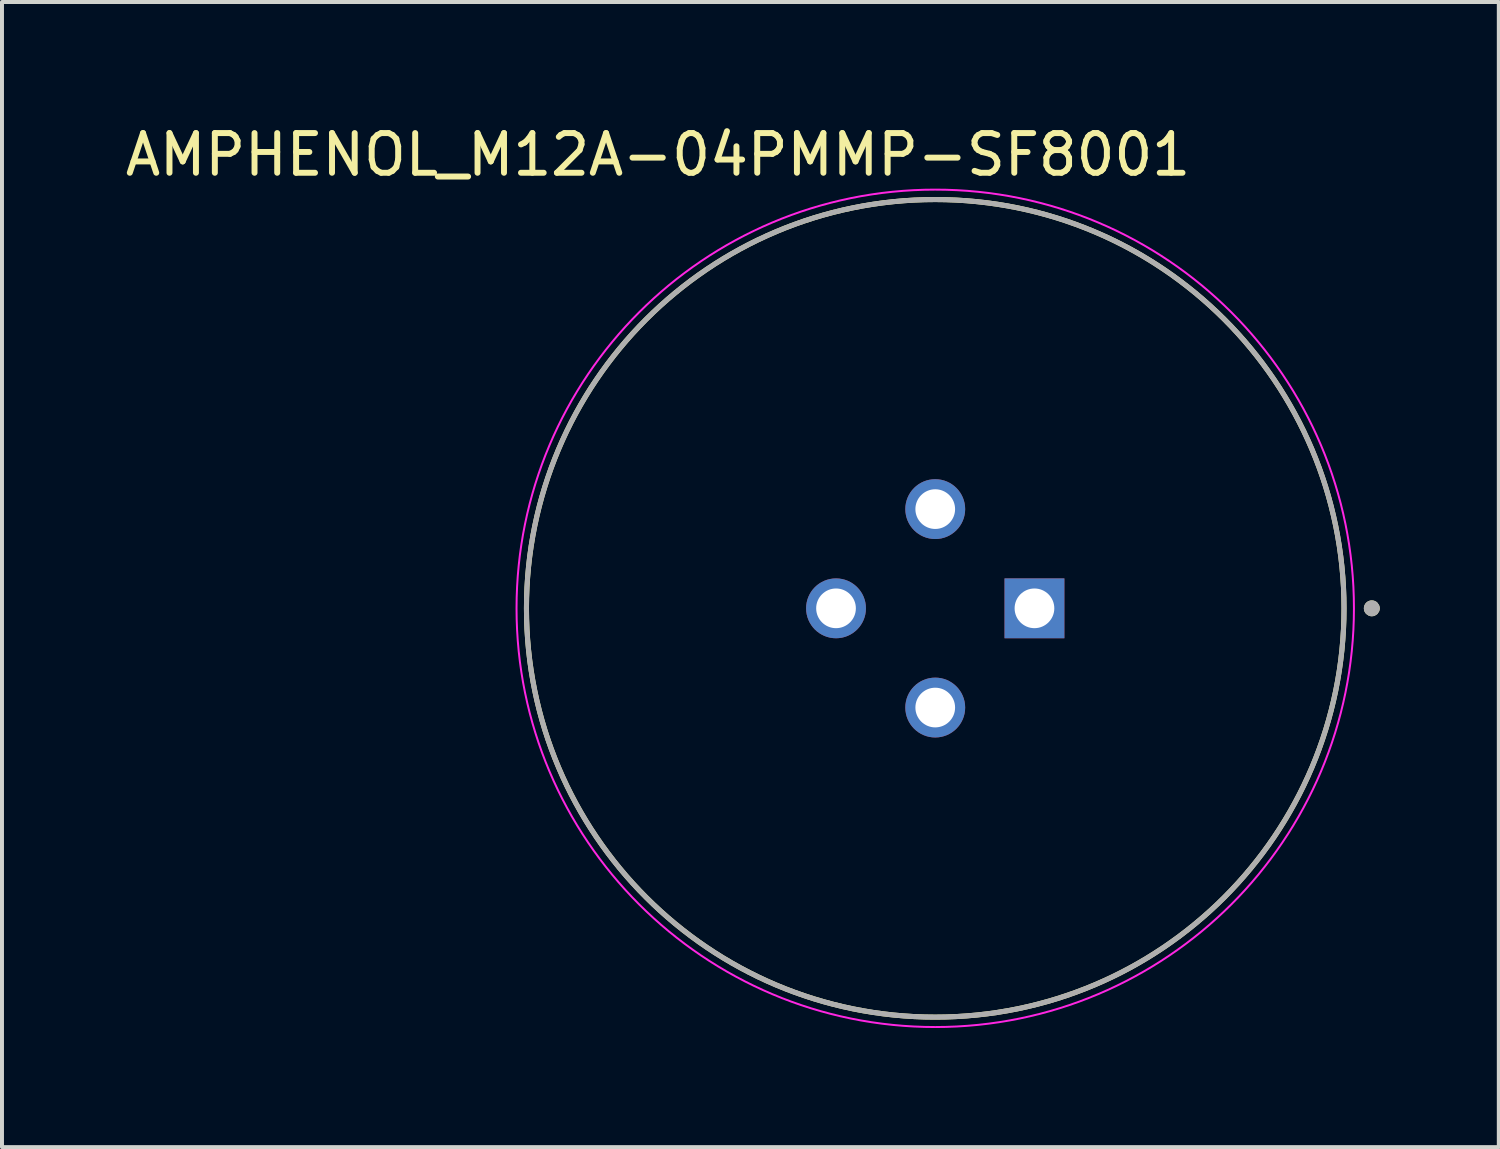
<source format=kicad_pcb>
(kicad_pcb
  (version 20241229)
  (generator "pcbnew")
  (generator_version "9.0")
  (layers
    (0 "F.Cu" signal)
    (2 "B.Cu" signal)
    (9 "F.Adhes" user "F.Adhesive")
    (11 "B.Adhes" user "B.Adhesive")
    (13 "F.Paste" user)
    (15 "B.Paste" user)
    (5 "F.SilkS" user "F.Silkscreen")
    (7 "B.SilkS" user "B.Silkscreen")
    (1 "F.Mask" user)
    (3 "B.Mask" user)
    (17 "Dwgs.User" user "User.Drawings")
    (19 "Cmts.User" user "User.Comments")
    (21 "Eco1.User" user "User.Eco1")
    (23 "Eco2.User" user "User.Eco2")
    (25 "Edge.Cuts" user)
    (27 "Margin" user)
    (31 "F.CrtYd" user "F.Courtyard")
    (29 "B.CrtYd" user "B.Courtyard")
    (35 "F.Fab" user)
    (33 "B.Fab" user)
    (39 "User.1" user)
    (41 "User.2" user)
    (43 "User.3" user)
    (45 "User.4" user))
  (footprint "AMPHENOL_M12A-04PMMP-SF8001"
    (layer "F.Cu")
    (at 20.515 12.278)
    (property "Reference" "AMPHENOL_M12A-04PMMP-SF8001" (at -6.985 -11.43 0) (layer "F.SilkS") (effects (font (size 1 1) (thickness 0.15))))
    (attr through_hole)
    (fp_circle (center 0 0) (end 10.3 0) (stroke (width 0.127) (type solid)) (fill no) (layer "F.SilkS"))
    (fp_circle (center 11 0) (end 11.1 0) (stroke (width 0.2) (type solid)) (fill no) (layer "F.SilkS"))
    (fp_circle (center 0 0) (end 10.55 0) (stroke (width 0.05) (type solid)) (fill no) (layer "F.CrtYd"))
    (fp_circle (center 0 0) (end 10.3 0) (stroke (width 0.127) (type solid)) (fill no) (layer "F.Fab"))
    (fp_circle (center 11 0) (end 11.1 0) (stroke (width 0.2) (type solid)) (fill no) (layer "F.Fab"))
    (pad "1" thru_hole rect (at 2.5 0) (size 1.508 1.508) (drill 1) (layers "*.Cu" "*.Mask"))
    (pad "2" thru_hole circle (at 0 -2.5) (size 1.508 1.508) (drill 1) (layers "*.Cu" "*.Mask"))
    (pad "3" thru_hole circle (at -2.5 0) (size 1.508 1.508) (drill 1) (layers "*.Cu" "*.Mask"))
    (pad "4" thru_hole circle (at 0 2.5) (size 1.508 1.508) (drill 1) (layers "*.Cu" "*.Mask")))
  (gr_rect
    (start -3 -3)
    (end 34.715 25.853)
    (stroke (width 0.1) (type default))
    (fill no)
    (layer "Edge.Cuts")))
</source>
